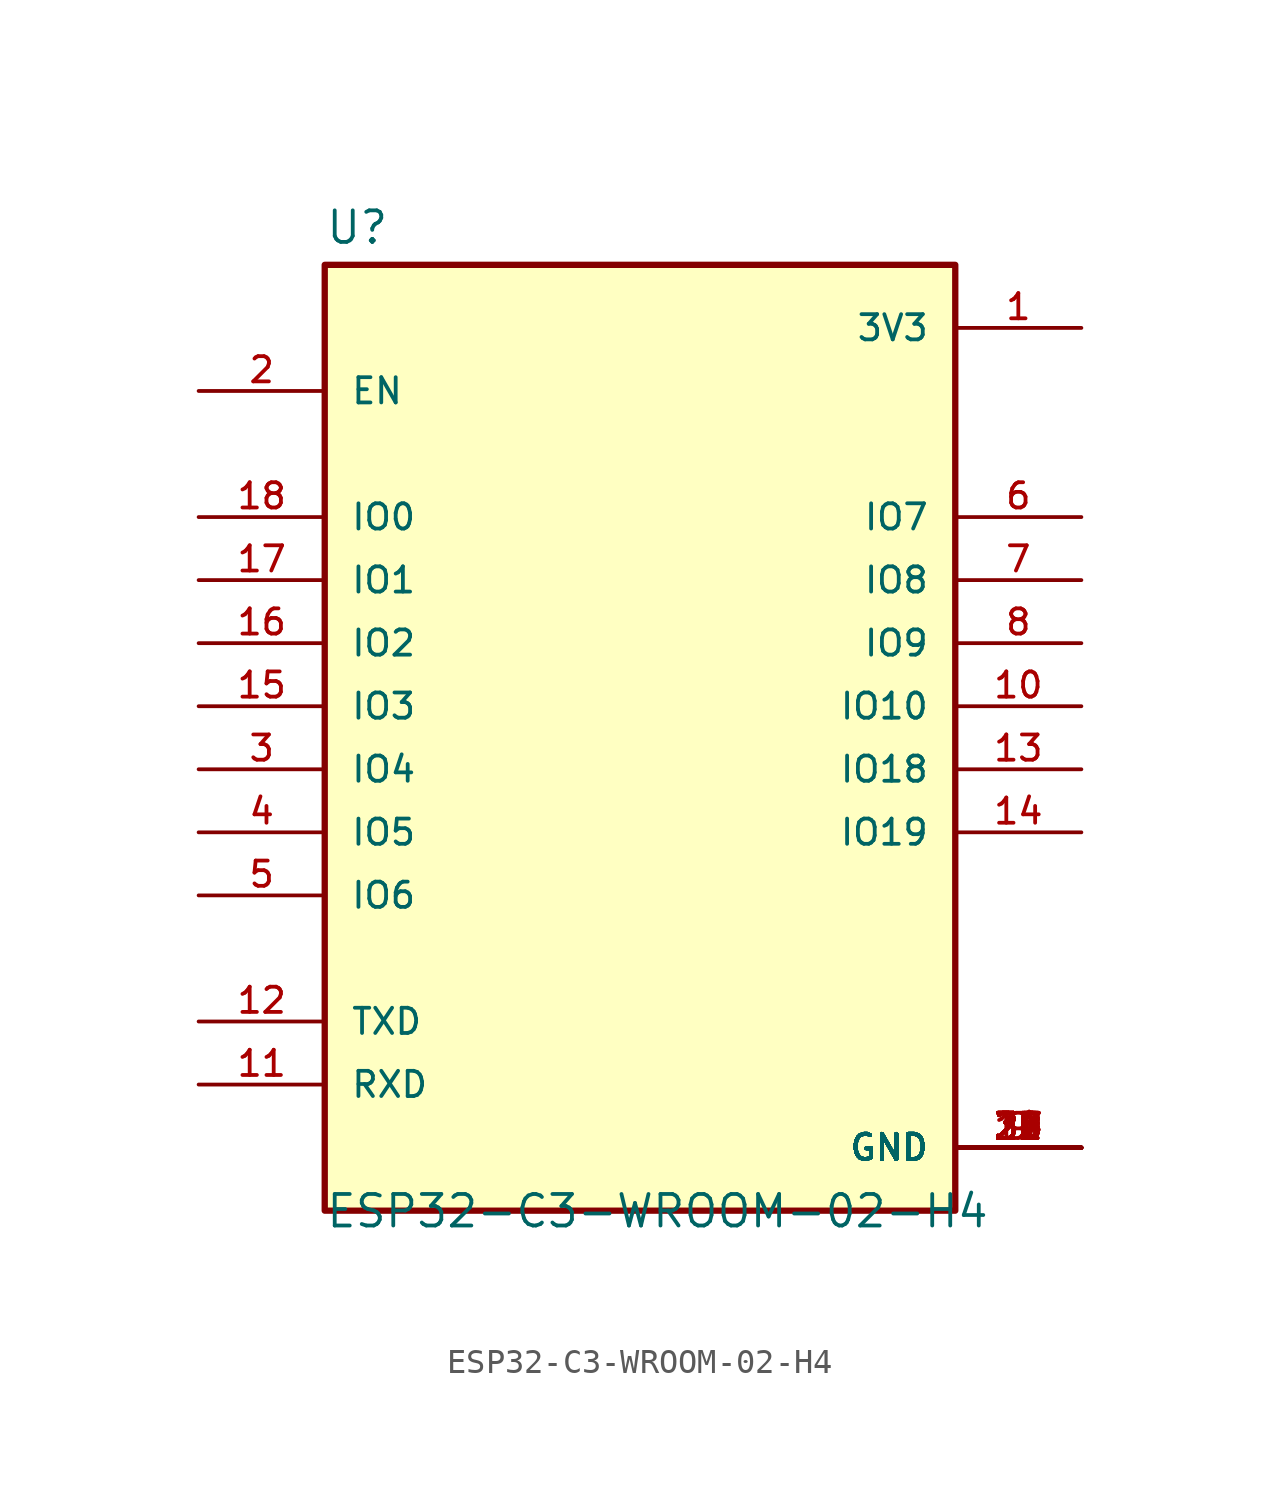
<source format=kicad_sym>
(kicad_symbol_lib
  (version 20211014)
  (generator kicad_symbol_editor)
  (symbol "ESP32-C3-WROOM-02-H4"
    (pin_names
      (offset 1.016))
    (property "Reference" "U"
      (at -12.7 21.082 0)
      (effects (font (size 1.27 1.27)) (justify left bottom)))
    (property "Value" "ESP32-C3-WROOM-02-H4"
      (at -12.7 -18.542 0)
      (effects (font (size 1.27 1.27)) (justify left bottom)))
    (property "ki_locked" ""
      (at 0 0 0)
      (effects (font (size 1.27 1.27))))
    (symbol "ESP32-C3-WROOM-02-H4_0_0"
      (rectangle (start -12.7 -17.78) (end 12.7 20.32) (stroke (width 0.254) (type default) (color 0 0 0 0)) (fill (type background)))
      (pin power_in line (at 17.78 17.78 180) (length 5.08) (name "3V3" (effects (font (size 1.016 1.016)))) (number "1" (effects (font (size 1.016 1.016)))))
      (pin bidirectional line (at 17.78 2.54 180) (length 5.08) (name "IO10" (effects (font (size 1.016 1.016)))) (number "10" (effects (font (size 1.016 1.016)))))
      (pin bidirectional line (at -17.78 -12.7 0) (length 5.08) (name "RXD" (effects (font (size 1.016 1.016)))) (number "11" (effects (font (size 1.016 1.016)))))
      (pin bidirectional line (at -17.78 -10.16 0) (length 5.08) (name "TXD" (effects (font (size 1.016 1.016)))) (number "12" (effects (font (size 1.016 1.016)))))
      (pin bidirectional line (at 17.78 0 180) (length 5.08) (name "IO18" (effects (font (size 1.016 1.016)))) (number "13" (effects (font (size 1.016 1.016)))))
      (pin bidirectional line (at 17.78 -2.54 180) (length 5.08) (name "IO19" (effects (font (size 1.016 1.016)))) (number "14" (effects (font (size 1.016 1.016)))))
      (pin bidirectional line (at -17.78 2.54 0) (length 5.08) (name "IO3" (effects (font (size 1.016 1.016)))) (number "15" (effects (font (size 1.016 1.016)))))
      (pin bidirectional line (at -17.78 5.08 0) (length 5.08) (name "IO2" (effects (font (size 1.016 1.016)))) (number "16" (effects (font (size 1.016 1.016)))))
      (pin bidirectional line (at -17.78 7.62 0) (length 5.08) (name "IO1" (effects (font (size 1.016 1.016)))) (number "17" (effects (font (size 1.016 1.016)))))
      (pin bidirectional line (at -17.78 10.16 0) (length 5.08) (name "IO0" (effects (font (size 1.016 1.016)))) (number "18" (effects (font (size 1.016 1.016)))))
      (pin power_in line (at 17.78 -15.24 180) (length 5.08) (name "GND" (effects (font (size 1.016 1.016)))) (number "19" (effects (font (size 1.016 1.016)))))
      (pin input line (at -17.78 15.24 0) (length 5.08) (name "EN" (effects (font (size 1.016 1.016)))) (number "2" (effects (font (size 1.016 1.016)))))
      (pin power_in line (at 17.78 -15.24 180) (length 5.08) (name "GND" (effects (font (size 1.016 1.016)))) (number "20" (effects (font (size 1.016 1.016)))))
      (pin power_in line (at 17.78 -15.24 180) (length 5.08) (name "GND" (effects (font (size 1.016 1.016)))) (number "21" (effects (font (size 1.016 1.016)))))
      (pin power_in line (at 17.78 -15.24 180) (length 5.08) (name "GND" (effects (font (size 1.016 1.016)))) (number "22" (effects (font (size 1.016 1.016)))))
      (pin power_in line (at 17.78 -15.24 180) (length 5.08) (name "GND" (effects (font (size 1.016 1.016)))) (number "23" (effects (font (size 1.016 1.016)))))
      (pin power_in line (at 17.78 -15.24 180) (length 5.08) (name "GND" (effects (font (size 1.016 1.016)))) (number "24" (effects (font (size 1.016 1.016)))))
      (pin power_in line (at 17.78 -15.24 180) (length 5.08) (name "GND" (effects (font (size 1.016 1.016)))) (number "25" (effects (font (size 1.016 1.016)))))
      (pin power_in line (at 17.78 -15.24 180) (length 5.08) (name "GND" (effects (font (size 1.016 1.016)))) (number "26" (effects (font (size 1.016 1.016)))))
      (pin power_in line (at 17.78 -15.24 180) (length 5.08) (name "GND" (effects (font (size 1.016 1.016)))) (number "27" (effects (font (size 1.016 1.016)))))
      (pin power_in line (at 17.78 -15.24 180) (length 5.08) (name "GND" (effects (font (size 1.016 1.016)))) (number "28" (effects (font (size 1.016 1.016)))))
      (pin power_in line (at 17.78 -15.24 180) (length 5.08) (name "GND" (effects (font (size 1.016 1.016)))) (number "29" (effects (font (size 1.016 1.016)))))
      (pin bidirectional line (at -17.78 0 0) (length 5.08) (name "IO4" (effects (font (size 1.016 1.016)))) (number "3" (effects (font (size 1.016 1.016)))))
      (pin power_in line (at 17.78 -15.24 180) (length 5.08) (name "GND" (effects (font (size 1.016 1.016)))) (number "30" (effects (font (size 1.016 1.016)))))
      (pin power_in line (at 17.78 -15.24 180) (length 5.08) (name "GND" (effects (font (size 1.016 1.016)))) (number "31" (effects (font (size 1.016 1.016)))))
      (pin power_in line (at 17.78 -15.24 180) (length 5.08) (name "GND" (effects (font (size 1.016 1.016)))) (number "32" (effects (font (size 1.016 1.016)))))
      (pin power_in line (at 17.78 -15.24 180) (length 5.08) (name "GND" (effects (font (size 1.016 1.016)))) (number "33" (effects (font (size 1.016 1.016)))))
      (pin power_in line (at 17.78 -15.24 180) (length 5.08) (name "GND" (effects (font (size 1.016 1.016)))) (number "34" (effects (font (size 1.016 1.016)))))
      (pin power_in line (at 17.78 -15.24 180) (length 5.08) (name "GND" (effects (font (size 1.016 1.016)))) (number "35" (effects (font (size 1.016 1.016)))))
      (pin power_in line (at 17.78 -15.24 180) (length 5.08) (name "GND" (effects (font (size 1.016 1.016)))) (number "36" (effects (font (size 1.016 1.016)))))
      (pin power_in line (at 17.78 -15.24 180) (length 5.08) (name "GND" (effects (font (size 1.016 1.016)))) (number "37" (effects (font (size 1.016 1.016)))))
      (pin power_in line (at 17.78 -15.24 180) (length 5.08) (name "GND" (effects (font (size 1.016 1.016)))) (number "38" (effects (font (size 1.016 1.016)))))
      (pin power_in line (at 17.78 -15.24 180) (length 5.08) (name "GND" (effects (font (size 1.016 1.016)))) (number "39" (effects (font (size 1.016 1.016)))))
      (pin bidirectional line (at -17.78 -2.54 0) (length 5.08) (name "IO5" (effects (font (size 1.016 1.016)))) (number "4" (effects (font (size 1.016 1.016)))))
      (pin bidirectional line (at -17.78 -5.08 0) (length 5.08) (name "IO6" (effects (font (size 1.016 1.016)))) (number "5" (effects (font (size 1.016 1.016)))))
      (pin bidirectional line (at 17.78 10.16 180) (length 5.08) (name "IO7" (effects (font (size 1.016 1.016)))) (number "6" (effects (font (size 1.016 1.016)))))
      (pin bidirectional line (at 17.78 7.62 180) (length 5.08) (name "IO8" (effects (font (size 1.016 1.016)))) (number "7" (effects (font (size 1.016 1.016)))))
      (pin bidirectional line (at 17.78 5.08 180) (length 5.08) (name "IO9" (effects (font (size 1.016 1.016)))) (number "8" (effects (font (size 1.016 1.016)))))
      (pin power_in line (at 17.78 -15.24 180) (length 5.08) (name "GND" (effects (font (size 1.016 1.016)))) (number "9" (effects (font (size 1.016 1.016))))))))
</source>
